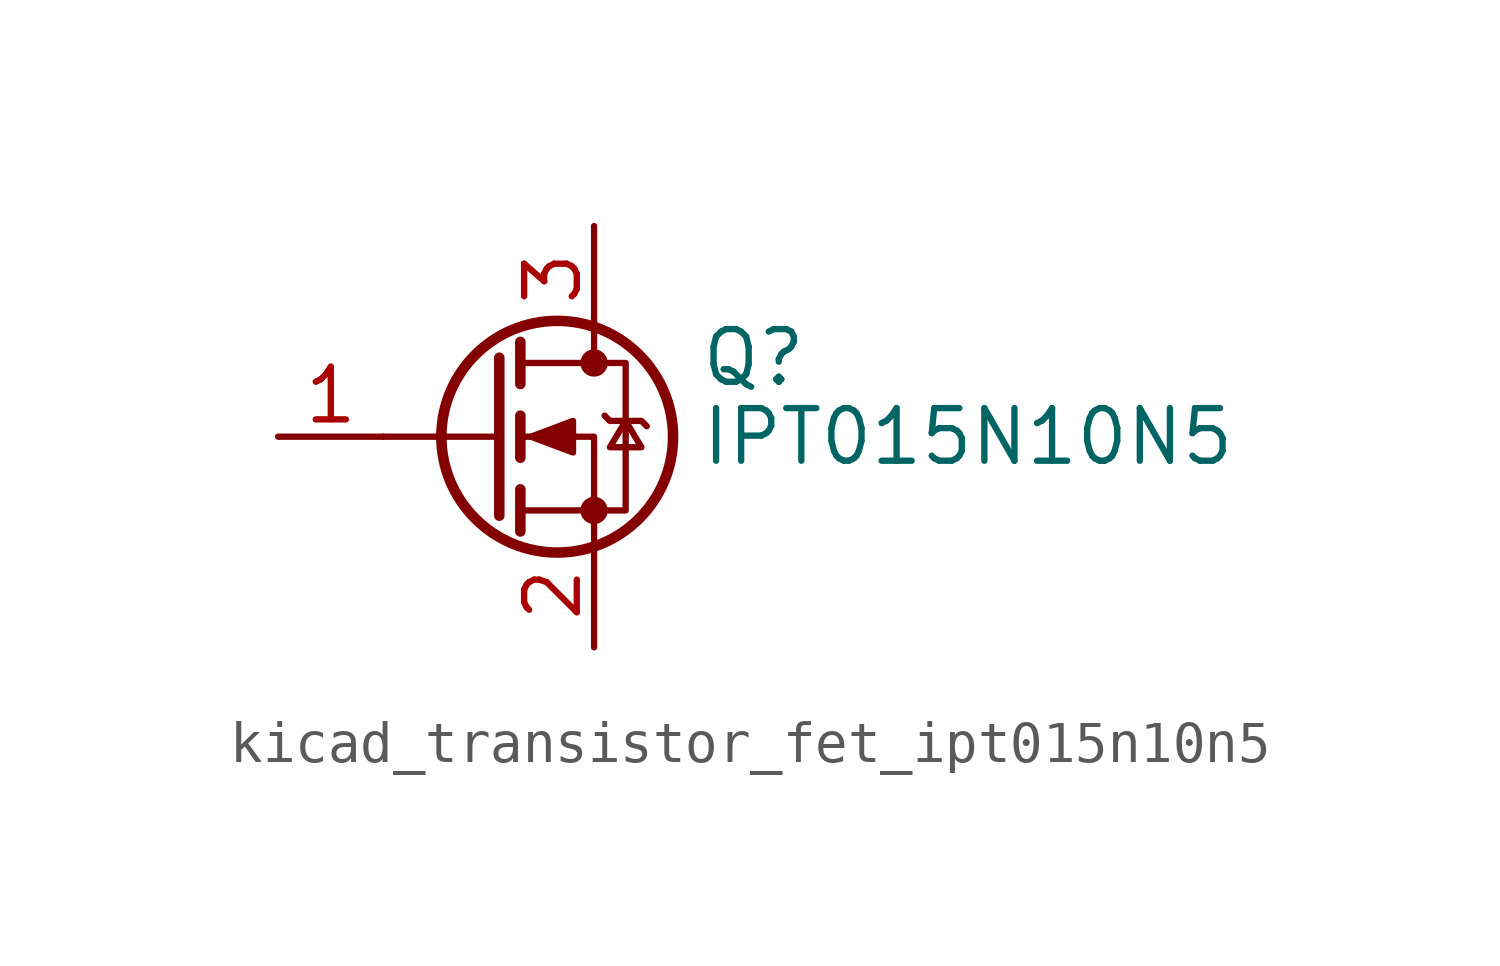
<source format=kicad_sym>
(kicad_symbol_lib
  (version 20220914)
  (generator kicad_symbol_editor)
  (symbol "kicad_transistor_fet_ipt015n10n5"
    (pin_names hide)
    (property "Reference" "Q"
      (at 5.08 1.905 0)
      (effects (font (size 1.27 1.27)) (justify left)))
    (property "Value" "IPT015N10N5"
      (at 5.08 0 0)
      (effects (font (size 1.27 1.27)) (justify left)))
    (symbol "kicad_transistor_fet_ipt015n10n5_0_1"
      (polyline (pts (xy 0.254 0) (xy -2.54 0)) (stroke (width 0) (type default)) (fill (type none)))
      (polyline (pts (xy 0.254 1.905) (xy 0.254 -1.905)) (stroke (width 0.254) (type default)) (fill (type none)))
      (polyline (pts (xy 0.762 -1.27) (xy 0.762 -2.286)) (stroke (width 0.254) (type default)) (fill (type none)))
      (polyline (pts (xy 0.762 0.508) (xy 0.762 -0.508)) (stroke (width 0.254) (type default)) (fill (type none)))
      (polyline (pts (xy 0.762 2.286) (xy 0.762 1.27)) (stroke (width 0.254) (type default)) (fill (type none)))
      (polyline (pts (xy 2.54 2.54) (xy 2.54 1.778)) (stroke (width 0) (type default)) (fill (type none)))
      (polyline (pts (xy 2.54 -2.54) (xy 2.54 0) (xy 0.762 0)) (stroke (width 0) (type default)) (fill (type none)))
      (polyline (pts (xy 0.762 -1.778) (xy 3.302 -1.778) (xy 3.302 1.778) (xy 0.762 1.778)) (stroke (width 0) (type default)) (fill (type none)))
      (polyline (pts (xy 1.016 0) (xy 2.032 0.381) (xy 2.032 -0.381) (xy 1.016 0)) (stroke (width 0) (type default)) (fill (type outline)))
      (polyline (pts (xy 2.794 0.508) (xy 2.921 0.381) (xy 3.683 0.381) (xy 3.81 0.254)) (stroke (width 0) (type default)) (fill (type none)))
      (polyline (pts (xy 3.302 0.381) (xy 2.921 -0.254) (xy 3.683 -0.254) (xy 3.302 0.381)) (stroke (width 0) (type default)) (fill (type none)))
      (circle (center 1.651 0) (radius 2.794) (stroke (width 0.254) (type default)) (fill (type none)))
      (circle (center 2.54 -1.778) (radius 0.254) (stroke (width 0) (type default)) (fill (type outline)))
      (circle (center 2.54 1.778) (radius 0.254) (stroke (width 0) (type default)) (fill (type outline))))
    (symbol "kicad_transistor_fet_ipt015n10n5_1_1"
      (pin input line (at -5.08 0 0) (length 2.54) (name "G" (effects (font (size 1.27 1.27)))) (number "1" (effects (font (size 1.27 1.27)))))
      (pin passive line (at 2.54 -5.08 90) (length 2.54) (name "S" (effects (font (size 1.27 1.27)))) (number "2" (effects (font (size 1.27 1.27)))))
      (pin passive line (at 2.54 5.08 270) (length 2.54) (name "D" (effects (font (size 1.27 1.27)))) (number "3" (effects (font (size 1.27 1.27))))))))
</source>
